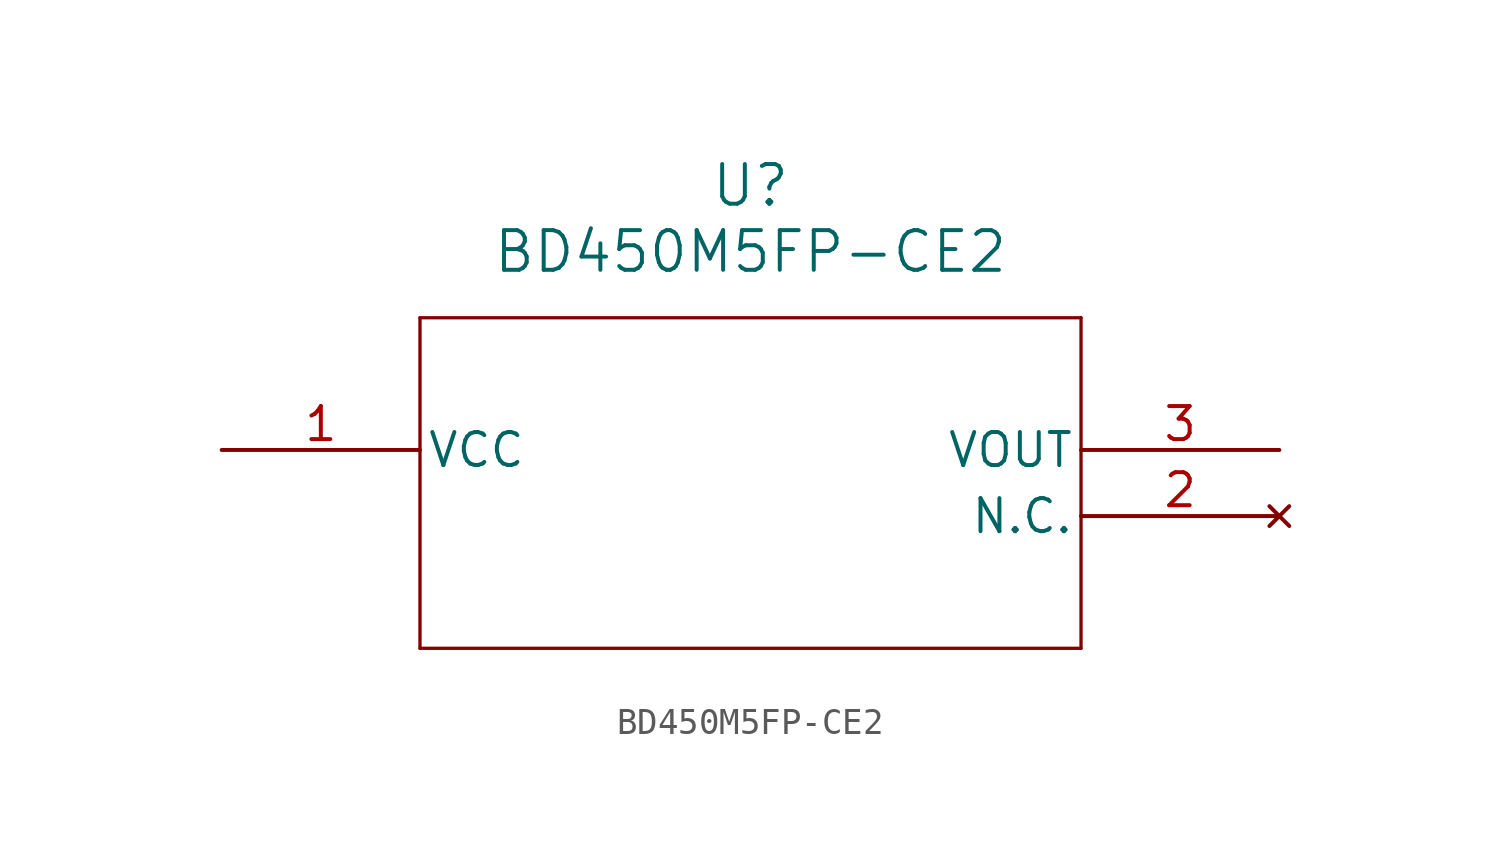
<source format=kicad_sym>
(kicad_symbol_lib
  (version 20211014)
  (generator kicad_symbol_editor)
  (symbol "BD450M5FP-CE2"
    (pin_names
      (offset 0.254))
    (property "Reference" "U"
      (at 20.32 10.16 0)
      (effects (font (size 1.524 1.524))))
    (property "Value" "BD450M5FP-CE2"
      (at 20.32 7.62 0)
      (effects (font (size 1.524 1.524))))
    (symbol "BD450M5FP-CE2_0_1"
      (polyline (pts (xy 7.62 5.08) (xy 7.62 -7.62)) (stroke (width 0.127) (type default) (color 0 0 0 0)) (fill (type none)))
      (polyline (pts (xy 7.62 -7.62) (xy 33.02 -7.62)) (stroke (width 0.127) (type default) (color 0 0 0 0)) (fill (type none)))
      (polyline (pts (xy 33.02 -7.62) (xy 33.02 5.08)) (stroke (width 0.127) (type default) (color 0 0 0 0)) (fill (type none)))
      (polyline (pts (xy 33.02 5.08) (xy 7.62 5.08)) (stroke (width 0.127) (type default) (color 0 0 0 0)) (fill (type none)))
      (pin power_in line (at 0 0 0) (length 7.62) (name "VCC" (effects (font (size 1.27 1.27)))) (number "1" (effects (font (size 1.27 1.27)))))
      (pin no_connect line (at 40.64 -2.54 180) (length 7.62) (name "N.C." (effects (font (size 1.27 1.27)))) (number "2" (effects (font (size 1.27 1.27)))))
      (pin output line (at 40.64 0 180) (length 7.62) (name "VOUT" (effects (font (size 1.27 1.27)))) (number "3" (effects (font (size 1.27 1.27))))))))
</source>
